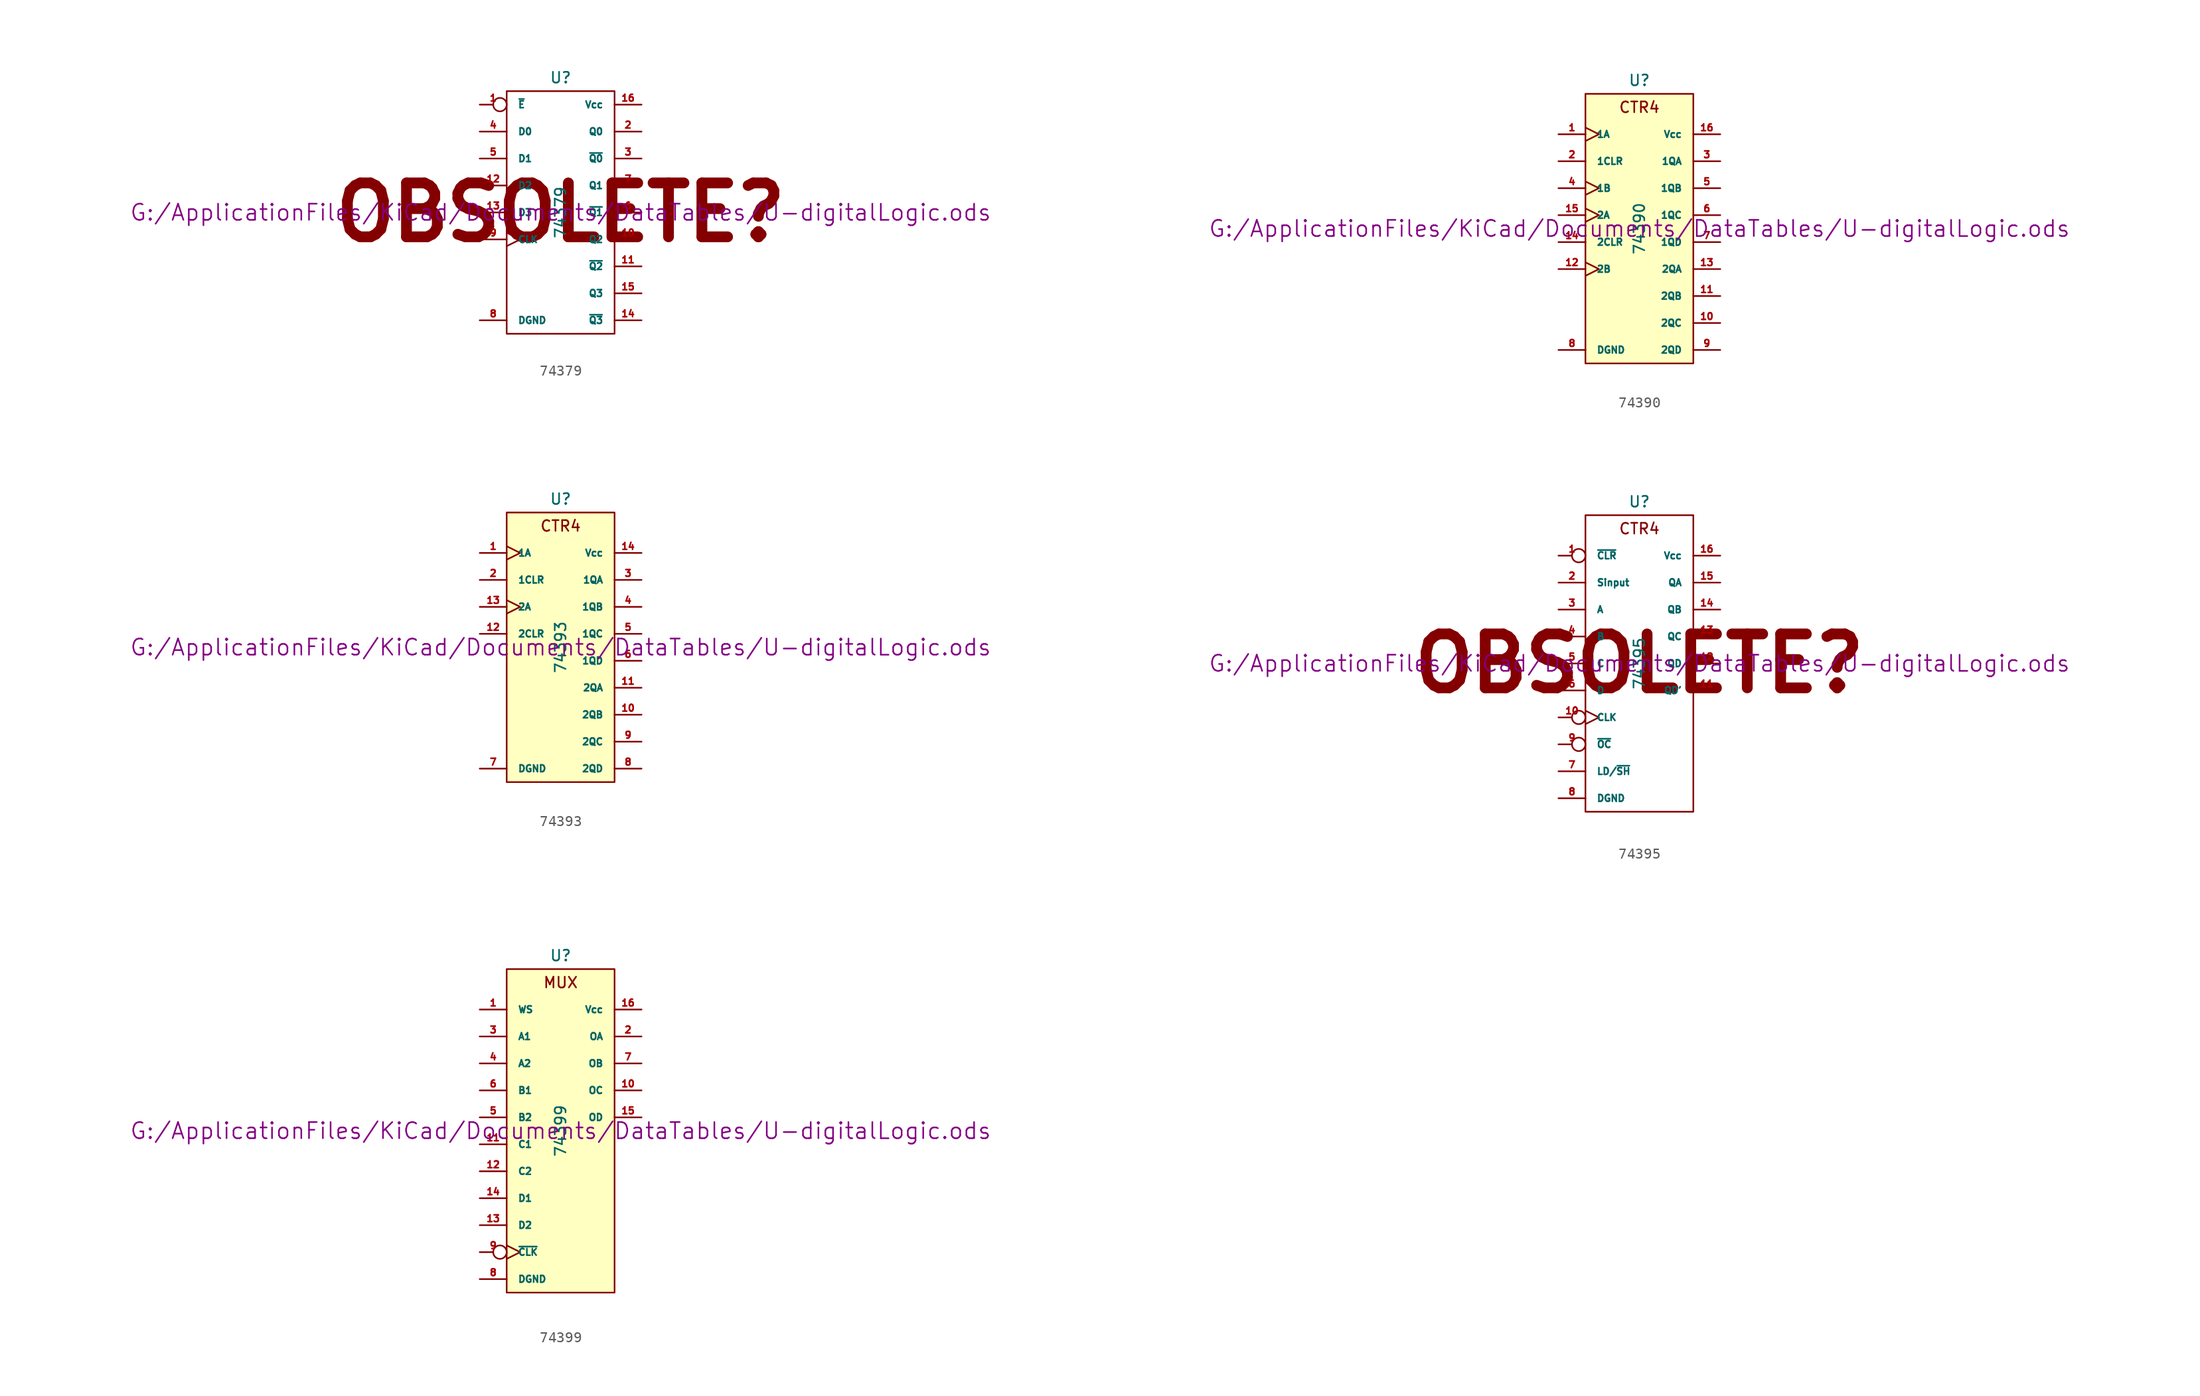
<source format=kicad_sym>
(kicad_symbol_lib
  (version 20211014)
  (generator kicad_symbol_editor)
  (symbol "74379"
    (pin_names
      (offset 1.016))
    (property "Reference" "U"
      (at 0 12.7 0)
      (effects (font (size 1.016 1.016))))
    (property "Value" "74379"
      (at 0 0 90)
      (effects (font (size 1.016 1.016))))
    (property "Footprint" ""
      (at 0 0 0)
      (effects (font (size 1.524 1.524))))
    (property "Datasheet" "G:/ApplicationFiles/KiCad/Documents/DataTables/U-digitalLogic.ods"
      (at 0 0 0)
      (effects (font (size 1.524 1.524))))
    (symbol "74379_0_0"
      (text "OBSOLETE?" (at 0 0 0) (effects (font (size 5.08 5.08) bold))))
    (symbol "74379_0_1"
      (rectangle (start -5.08 11.43) (end 5.08 -11.43) (stroke (width 0) (type default) (color 0 0 0 0)) (fill (type none))))
    (symbol "74379_1_1"
      (pin input inverted (at -7.62 10.16 0) (length 2.54) (name "~{E}" (effects (font (size 0.635 0.635)))) (number "1" (effects (font (size 0.635 0.635)))))
      (pin output line (at 7.62 -2.54 180) (length 2.54) (name "Q2" (effects (font (size 0.635 0.635)))) (number "10" (effects (font (size 0.635 0.635)))))
      (pin output line (at 7.62 -5.08 180) (length 2.54) (name "~{Q2}" (effects (font (size 0.635 0.635)))) (number "11" (effects (font (size 0.635 0.635)))))
      (pin input line (at -7.62 2.54 0) (length 2.54) (name "D2" (effects (font (size 0.635 0.635)))) (number "12" (effects (font (size 0.635 0.635)))))
      (pin input line (at -7.62 0 0) (length 2.54) (name "D3" (effects (font (size 0.635 0.635)))) (number "13" (effects (font (size 0.635 0.635)))))
      (pin output line (at 7.62 -10.16 180) (length 2.54) (name "~{Q3}" (effects (font (size 0.635 0.635)))) (number "14" (effects (font (size 0.635 0.635)))))
      (pin output line (at 7.62 -7.62 180) (length 2.54) (name "Q3" (effects (font (size 0.635 0.635)))) (number "15" (effects (font (size 0.635 0.635)))))
      (pin power_in line (at 7.62 10.16 180) (length 2.54) (name "Vcc" (effects (font (size 0.635 0.635)))) (number "16" (effects (font (size 0.635 0.635)))))
      (pin output line (at 7.62 7.62 180) (length 2.54) (name "Q0" (effects (font (size 0.635 0.635)))) (number "2" (effects (font (size 0.635 0.635)))))
      (pin output line (at 7.62 5.08 180) (length 2.54) (name "~{Q0}" (effects (font (size 0.635 0.635)))) (number "3" (effects (font (size 0.635 0.635)))))
      (pin input line (at -7.62 7.62 0) (length 2.54) (name "D0" (effects (font (size 0.635 0.635)))) (number "4" (effects (font (size 0.635 0.635)))))
      (pin input line (at -7.62 5.08 0) (length 2.54) (name "D1" (effects (font (size 0.635 0.635)))) (number "5" (effects (font (size 0.635 0.635)))))
      (pin output line (at 7.62 0 180) (length 2.54) (name "~{Q1}" (effects (font (size 0.635 0.635)))) (number "6" (effects (font (size 0.635 0.635)))))
      (pin output line (at 7.62 2.54 180) (length 2.54) (name "Q1" (effects (font (size 0.635 0.635)))) (number "7" (effects (font (size 0.635 0.635)))))
      (pin power_in line (at -7.62 -10.16 0) (length 2.54) (name "DGND" (effects (font (size 0.635 0.635)))) (number "8" (effects (font (size 0.635 0.635)))))
      (pin input clock (at -7.62 -2.54 0) (length 2.54) (name "CLK" (effects (font (size 0.635 0.635)))) (number "9" (effects (font (size 0.635 0.635)))))))
  (symbol "74390"
    (pin_names
      (offset 1.016))
    (property "Reference" "U"
      (at 0 13.97 0)
      (effects (font (size 1.016 1.016))))
    (property "Value" "74390"
      (at 0 0 90)
      (effects (font (size 1.016 1.016))))
    (property "Footprint" ""
      (at 0 0 0)
      (effects (font (size 1.524 1.524))))
    (property "Datasheet" "G:/ApplicationFiles/KiCad/Documents/DataTables/U-digitalLogic.ods"
      (at 0 0 0)
      (effects (font (size 1.524 1.524))))
    (symbol "74390_0_0"
      (text "CTR4" (at 0 11.43 0) (effects (font (size 1.016 1.016)))))
    (symbol "74390_0_1"
      (rectangle (start -5.08 12.7) (end 5.08 -12.7) (stroke (width 0) (type default) (color 0 0 0 0)) (fill (type background))))
    (symbol "74390_1_1"
      (pin input clock (at -7.62 8.89 0) (length 2.54) (name "1A" (effects (font (size 0.635 0.635)))) (number "1" (effects (font (size 0.635 0.635)))))
      (pin output line (at 7.62 -8.89 180) (length 2.54) (name "2QC" (effects (font (size 0.635 0.635)))) (number "10" (effects (font (size 0.635 0.635)))))
      (pin output line (at 7.62 -6.35 180) (length 2.54) (name "2QB" (effects (font (size 0.635 0.635)))) (number "11" (effects (font (size 0.635 0.635)))))
      (pin input clock (at -7.62 -3.81 0) (length 2.54) (name "2B" (effects (font (size 0.635 0.635)))) (number "12" (effects (font (size 0.635 0.635)))))
      (pin output line (at 7.62 -3.81 180) (length 2.54) (name "2QA" (effects (font (size 0.635 0.635)))) (number "13" (effects (font (size 0.635 0.635)))))
      (pin input line (at -7.62 -1.27 0) (length 2.54) (name "2CLR" (effects (font (size 0.635 0.635)))) (number "14" (effects (font (size 0.635 0.635)))))
      (pin input clock (at -7.62 1.27 0) (length 2.54) (name "2A" (effects (font (size 0.635 0.635)))) (number "15" (effects (font (size 0.635 0.635)))))
      (pin power_in line (at 7.62 8.89 180) (length 2.54) (name "Vcc" (effects (font (size 0.635 0.635)))) (number "16" (effects (font (size 0.635 0.635)))))
      (pin input line (at -7.62 6.35 0) (length 2.54) (name "1CLR" (effects (font (size 0.635 0.635)))) (number "2" (effects (font (size 0.635 0.635)))))
      (pin output line (at 7.62 6.35 180) (length 2.54) (name "1QA" (effects (font (size 0.635 0.635)))) (number "3" (effects (font (size 0.635 0.635)))))
      (pin input clock (at -7.62 3.81 0) (length 2.54) (name "1B" (effects (font (size 0.635 0.635)))) (number "4" (effects (font (size 0.635 0.635)))))
      (pin output line (at 7.62 3.81 180) (length 2.54) (name "1QB" (effects (font (size 0.635 0.635)))) (number "5" (effects (font (size 0.635 0.635)))))
      (pin output line (at 7.62 1.27 180) (length 2.54) (name "1QC" (effects (font (size 0.635 0.635)))) (number "6" (effects (font (size 0.635 0.635)))))
      (pin output line (at 7.62 -1.27 180) (length 2.54) (name "1QD" (effects (font (size 0.635 0.635)))) (number "7" (effects (font (size 0.635 0.635)))))
      (pin power_in line (at -7.62 -11.43 0) (length 2.54) (name "DGND" (effects (font (size 0.635 0.635)))) (number "8" (effects (font (size 0.635 0.635)))))
      (pin output line (at 7.62 -11.43 180) (length 2.54) (name "2QD" (effects (font (size 0.635 0.635)))) (number "9" (effects (font (size 0.635 0.635)))))))
  (symbol "74393"
    (pin_names
      (offset 1.016))
    (property "Reference" "U"
      (at 0 13.97 0)
      (effects (font (size 1.016 1.016))))
    (property "Value" "74393"
      (at 0 0 90)
      (effects (font (size 1.016 1.016))))
    (property "Footprint" ""
      (at 0 0 0)
      (effects (font (size 1.524 1.524))))
    (property "Datasheet" "G:/ApplicationFiles/KiCad/Documents/DataTables/U-digitalLogic.ods"
      (at 0 0 0)
      (effects (font (size 1.524 1.524))))
    (symbol "74393_0_0"
      (text "CTR4" (at 0 11.43 0) (effects (font (size 1.016 1.016)))))
    (symbol "74393_0_1"
      (rectangle (start -5.08 12.7) (end 5.08 -12.7) (stroke (width 0) (type default) (color 0 0 0 0)) (fill (type background))))
    (symbol "74393_1_1"
      (pin input clock (at -7.62 8.89 0) (length 2.54) (name "1A" (effects (font (size 0.635 0.635)))) (number "1" (effects (font (size 0.635 0.635)))))
      (pin output line (at 7.62 -6.35 180) (length 2.54) (name "2QB" (effects (font (size 0.635 0.635)))) (number "10" (effects (font (size 0.635 0.635)))))
      (pin output line (at 7.62 -3.81 180) (length 2.54) (name "2QA" (effects (font (size 0.635 0.635)))) (number "11" (effects (font (size 0.635 0.635)))))
      (pin input line (at -7.62 1.27 0) (length 2.54) (name "2CLR" (effects (font (size 0.635 0.635)))) (number "12" (effects (font (size 0.635 0.635)))))
      (pin input clock (at -7.62 3.81 0) (length 2.54) (name "2A" (effects (font (size 0.635 0.635)))) (number "13" (effects (font (size 0.635 0.635)))))
      (pin power_in line (at 7.62 8.89 180) (length 2.54) (name "Vcc" (effects (font (size 0.635 0.635)))) (number "14" (effects (font (size 0.635 0.635)))))
      (pin input line (at -7.62 6.35 0) (length 2.54) (name "1CLR" (effects (font (size 0.635 0.635)))) (number "2" (effects (font (size 0.635 0.635)))))
      (pin output line (at 7.62 6.35 180) (length 2.54) (name "1QA" (effects (font (size 0.635 0.635)))) (number "3" (effects (font (size 0.635 0.635)))))
      (pin output line (at 7.62 3.81 180) (length 2.54) (name "1QB" (effects (font (size 0.635 0.635)))) (number "4" (effects (font (size 0.635 0.635)))))
      (pin output line (at 7.62 1.27 180) (length 2.54) (name "1QC" (effects (font (size 0.635 0.635)))) (number "5" (effects (font (size 0.635 0.635)))))
      (pin output line (at 7.62 -1.27 180) (length 2.54) (name "1QD" (effects (font (size 0.635 0.635)))) (number "6" (effects (font (size 0.635 0.635)))))
      (pin power_in line (at -7.62 -11.43 0) (length 2.54) (name "DGND" (effects (font (size 0.635 0.635)))) (number "7" (effects (font (size 0.635 0.635)))))
      (pin output line (at 7.62 -11.43 180) (length 2.54) (name "2QD" (effects (font (size 0.635 0.635)))) (number "8" (effects (font (size 0.635 0.635)))))
      (pin output line (at 7.62 -8.89 180) (length 2.54) (name "2QC" (effects (font (size 0.635 0.635)))) (number "9" (effects (font (size 0.635 0.635)))))))
  (symbol "74395"
    (pin_names
      (offset 1.016))
    (property "Reference" "U"
      (at 0 15.24 0)
      (effects (font (size 1.016 1.016))))
    (property "Value" "74395"
      (at 0 0 90)
      (effects (font (size 1.016 1.016))))
    (property "Footprint" ""
      (at 0 0 0)
      (effects (font (size 1.524 1.524))))
    (property "Datasheet" "G:/ApplicationFiles/KiCad/Documents/DataTables/U-digitalLogic.ods"
      (at 0 0 0)
      (effects (font (size 1.524 1.524))))
    (symbol "74395_0_0"
      (text "CTR4" (at 0 12.7 0) (effects (font (size 1.016 1.016))))
      (text "OBSOLETE?" (at 0 0 0) (effects (font (size 5.08 5.08) bold))))
    (symbol "74395_0_1"
      (rectangle (start -5.08 13.97) (end 5.08 -13.97) (stroke (width 0) (type default) (color 0 0 0 0)) (fill (type none))))
    (symbol "74395_1_1"
      (pin input inverted (at -7.62 10.16 0) (length 2.54) (name "~{CLR}" (effects (font (size 0.635 0.635)))) (number "1" (effects (font (size 0.635 0.635)))))
      (pin input inverted_clock (at -7.62 -5.08 0) (length 2.54) (name "CLK" (effects (font (size 0.635 0.635)))) (number "10" (effects (font (size 0.635 0.635)))))
      (pin tri_state line (at 7.62 -2.54 180) (length 2.54) (name "QD'" (effects (font (size 0.635 0.635)))) (number "11" (effects (font (size 0.635 0.635)))))
      (pin tri_state line (at 7.62 0 180) (length 2.54) (name "QD" (effects (font (size 0.635 0.635)))) (number "12" (effects (font (size 0.635 0.635)))))
      (pin tri_state line (at 7.62 2.54 180) (length 2.54) (name "QC" (effects (font (size 0.635 0.635)))) (number "13" (effects (font (size 0.635 0.635)))))
      (pin tri_state line (at 7.62 5.08 180) (length 2.54) (name "QB" (effects (font (size 0.635 0.635)))) (number "14" (effects (font (size 0.635 0.635)))))
      (pin tri_state line (at 7.62 7.62 180) (length 2.54) (name "QA" (effects (font (size 0.635 0.635)))) (number "15" (effects (font (size 0.635 0.635)))))
      (pin power_in line (at 7.62 10.16 180) (length 2.54) (name "Vcc" (effects (font (size 0.635 0.635)))) (number "16" (effects (font (size 0.635 0.635)))))
      (pin input line (at -7.62 7.62 0) (length 2.54) (name "Sinput" (effects (font (size 0.635 0.635)))) (number "2" (effects (font (size 0.635 0.635)))))
      (pin input line (at -7.62 5.08 0) (length 2.54) (name "A" (effects (font (size 0.635 0.635)))) (number "3" (effects (font (size 0.635 0.635)))))
      (pin input line (at -7.62 2.54 0) (length 2.54) (name "B" (effects (font (size 0.635 0.635)))) (number "4" (effects (font (size 0.635 0.635)))))
      (pin input line (at -7.62 0 0) (length 2.54) (name "C" (effects (font (size 0.635 0.635)))) (number "5" (effects (font (size 0.635 0.635)))))
      (pin input line (at -7.62 -2.54 0) (length 2.54) (name "D" (effects (font (size 0.635 0.635)))) (number "6" (effects (font (size 0.635 0.635)))))
      (pin input line (at -7.62 -10.16 0) (length 2.54) (name "LD/~{SH}" (effects (font (size 0.635 0.635)))) (number "7" (effects (font (size 0.635 0.635)))))
      (pin power_in line (at -7.62 -12.7 0) (length 2.54) (name "DGND" (effects (font (size 0.635 0.635)))) (number "8" (effects (font (size 0.635 0.635)))))
      (pin input inverted (at -7.62 -7.62 0) (length 2.54) (name "~{OC}" (effects (font (size 0.635 0.635)))) (number "9" (effects (font (size 0.635 0.635)))))))
  (symbol "74399"
    (pin_names
      (offset 1.016))
    (property "Reference" "U"
      (at 0 16.51 0)
      (effects (font (size 1.016 1.016))))
    (property "Value" "74399"
      (at 0 0 90)
      (effects (font (size 1.016 1.016))))
    (property "Footprint" ""
      (at 0 0 0)
      (effects (font (size 1.524 1.524))))
    (property "Datasheet" "G:/ApplicationFiles/KiCad/Documents/DataTables/U-digitalLogic.ods"
      (at 0 0 0)
      (effects (font (size 1.524 1.524))))
    (symbol "74399_0_0"
      (text "MUX" (at 0 13.97 0) (effects (font (size 1.016 1.016)))))
    (symbol "74399_0_1"
      (rectangle (start -5.08 15.24) (end 5.08 -15.24) (stroke (width 0) (type default) (color 0 0 0 0)) (fill (type background))))
    (symbol "74399_1_1"
      (pin input line (at -7.62 11.43 0) (length 2.54) (name "WS" (effects (font (size 0.635 0.635)))) (number "1" (effects (font (size 0.635 0.635)))))
      (pin output line (at 7.62 3.81 180) (length 2.54) (name "OC" (effects (font (size 0.635 0.635)))) (number "10" (effects (font (size 0.635 0.635)))))
      (pin input line (at -7.62 -1.27 0) (length 2.54) (name "C1" (effects (font (size 0.635 0.635)))) (number "11" (effects (font (size 0.635 0.635)))))
      (pin input line (at -7.62 -3.81 0) (length 2.54) (name "C2" (effects (font (size 0.635 0.635)))) (number "12" (effects (font (size 0.635 0.635)))))
      (pin input line (at -7.62 -8.89 0) (length 2.54) (name "D2" (effects (font (size 0.635 0.635)))) (number "13" (effects (font (size 0.635 0.635)))))
      (pin input line (at -7.62 -6.35 0) (length 2.54) (name "D1" (effects (font (size 0.635 0.635)))) (number "14" (effects (font (size 0.635 0.635)))))
      (pin output line (at 7.62 1.27 180) (length 2.54) (name "OD" (effects (font (size 0.635 0.635)))) (number "15" (effects (font (size 0.635 0.635)))))
      (pin power_in line (at 7.62 11.43 180) (length 2.54) (name "Vcc" (effects (font (size 0.635 0.635)))) (number "16" (effects (font (size 0.635 0.635)))))
      (pin output line (at 7.62 8.89 180) (length 2.54) (name "OA" (effects (font (size 0.635 0.635)))) (number "2" (effects (font (size 0.635 0.635)))))
      (pin input line (at -7.62 8.89 0) (length 2.54) (name "A1" (effects (font (size 0.635 0.635)))) (number "3" (effects (font (size 0.635 0.635)))))
      (pin input line (at -7.62 6.35 0) (length 2.54) (name "A2" (effects (font (size 0.635 0.635)))) (number "4" (effects (font (size 0.635 0.635)))))
      (pin input line (at -7.62 1.27 0) (length 2.54) (name "B2" (effects (font (size 0.635 0.635)))) (number "5" (effects (font (size 0.635 0.635)))))
      (pin input line (at -7.62 3.81 0) (length 2.54) (name "B1" (effects (font (size 0.635 0.635)))) (number "6" (effects (font (size 0.635 0.635)))))
      (pin output line (at 7.62 6.35 180) (length 2.54) (name "OB" (effects (font (size 0.635 0.635)))) (number "7" (effects (font (size 0.635 0.635)))))
      (pin power_in line (at -7.62 -13.97 0) (length 2.54) (name "DGND" (effects (font (size 0.635 0.635)))) (number "8" (effects (font (size 0.635 0.635)))))
      (pin input inverted_clock (at -7.62 -11.43 0) (length 2.54) (name "~{CLK}" (effects (font (size 0.635 0.635)))) (number "9" (effects (font (size 0.635 0.635))))))))
</source>
